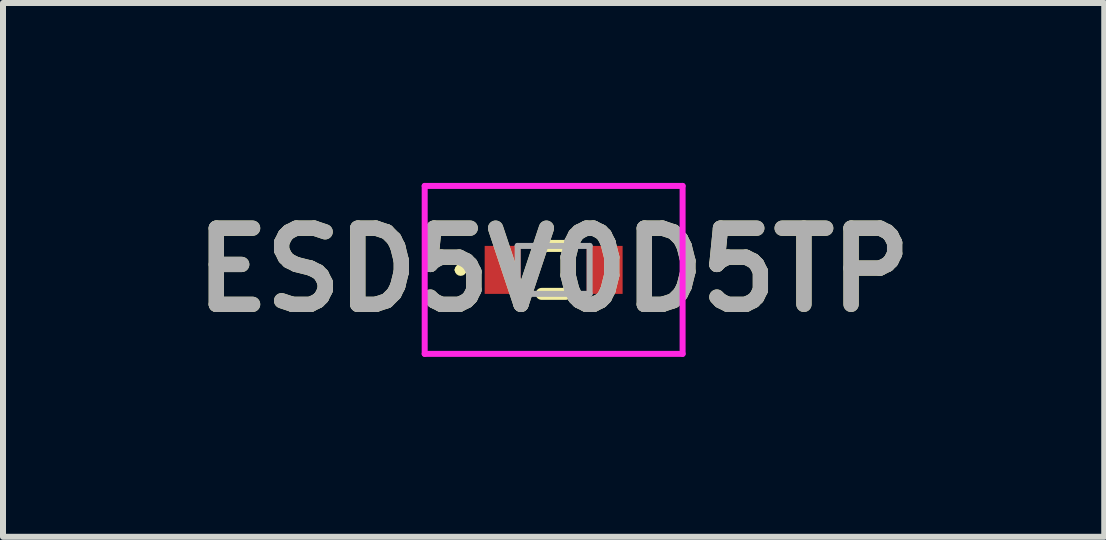
<source format=kicad_pcb>
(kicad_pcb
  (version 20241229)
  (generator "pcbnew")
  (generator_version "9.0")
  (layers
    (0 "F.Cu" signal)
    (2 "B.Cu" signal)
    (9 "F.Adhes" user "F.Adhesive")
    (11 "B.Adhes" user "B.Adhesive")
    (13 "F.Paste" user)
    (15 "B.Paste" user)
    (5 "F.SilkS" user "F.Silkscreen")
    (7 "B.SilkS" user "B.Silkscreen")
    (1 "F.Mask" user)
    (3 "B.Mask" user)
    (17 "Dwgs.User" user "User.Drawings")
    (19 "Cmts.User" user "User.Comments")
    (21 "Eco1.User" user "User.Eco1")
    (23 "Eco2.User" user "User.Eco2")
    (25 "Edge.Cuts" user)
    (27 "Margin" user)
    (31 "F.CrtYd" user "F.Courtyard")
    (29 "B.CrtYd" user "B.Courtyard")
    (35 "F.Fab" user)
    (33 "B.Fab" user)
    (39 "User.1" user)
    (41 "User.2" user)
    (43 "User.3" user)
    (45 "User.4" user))
  (footprint "ESD5V0D5TP"
    (layer "F.Cu")
    (at 6.181 1.45)
    (property "Reference" "ESD5V0D5TP" (at 0 0 0) (layer "F.SilkS") (effects (font (size 1.27 1.27) (thickness 0.254))))
    (attr smd)
    (fp_line (start -1.6 0) (end -1.6 0) (stroke (width 0.1) (type solid)) (layer "F.SilkS"))
    (fp_line (start -1.5 0) (end -1.5 0) (stroke (width 0.1) (type solid)) (layer "F.SilkS"))
    (fp_line (start -0.2 -0.4) (end 0.2 -0.4) (stroke (width 0.2) (type solid)) (layer "F.SilkS"))
    (fp_line (start -0.2 0.4) (end 0.2 0.4) (stroke (width 0.2) (type solid)) (layer "F.SilkS"))
    (fp_arc (start -1.6 0) (mid -1.55 -0.05) (end -1.5 0) (stroke (width 0.1) (type solid)) (layer "F.SilkS"))
    (fp_arc (start -1.5 0) (mid -1.55 0.05) (end -1.6 0) (stroke (width 0.1) (type solid)) (layer "F.SilkS"))
    (fp_line (start -2.15 -1.4) (end 2.15 -1.4) (stroke (width 0.1) (type solid)) (layer "F.CrtYd"))
    (fp_line (start -2.15 1.4) (end -2.15 -1.4) (stroke (width 0.1) (type solid)) (layer "F.CrtYd"))
    (fp_line (start 2.15 -1.4) (end 2.15 1.4) (stroke (width 0.1) (type solid)) (layer "F.CrtYd"))
    (fp_line (start 2.15 1.4) (end -2.15 1.4) (stroke (width 0.1) (type solid)) (layer "F.CrtYd"))
    (fp_line (start -0.6 -0.4) (end 0.6 -0.4) (stroke (width 0.1) (type solid)) (layer "F.Fab"))
    (fp_line (start -0.6 0.4) (end -0.6 -0.4) (stroke (width 0.1) (type solid)) (layer "F.Fab"))
    (fp_line (start 0.6 -0.4) (end 0.6 0.4) (stroke (width 0.1) (type solid)) (layer "F.Fab"))
    (fp_line (start 0.6 0.4) (end -0.6 0.4) (stroke (width 0.1) (type solid)) (layer "F.Fab"))
    (fp_text user "${REFERENCE}" (at 0 0 0) (layer "F.Fab") (effects (font (size 1.27 1.27) (thickness 0.254))))
    (pad "1" smd rect (at -0.85 0) (size 0.6 0.8) (layers "F.Cu" "F.Mask" "F.Paste"))
    (pad "2" smd rect (at 0.85 0) (size 0.6 0.8) (layers "F.Cu" "F.Mask" "F.Paste")))
  (gr_rect
    (start -3 -3)
    (end 15.361 5.9)
    (stroke (width 0.1) (type default))
    (fill no)
    (layer "Edge.Cuts")))
</source>
